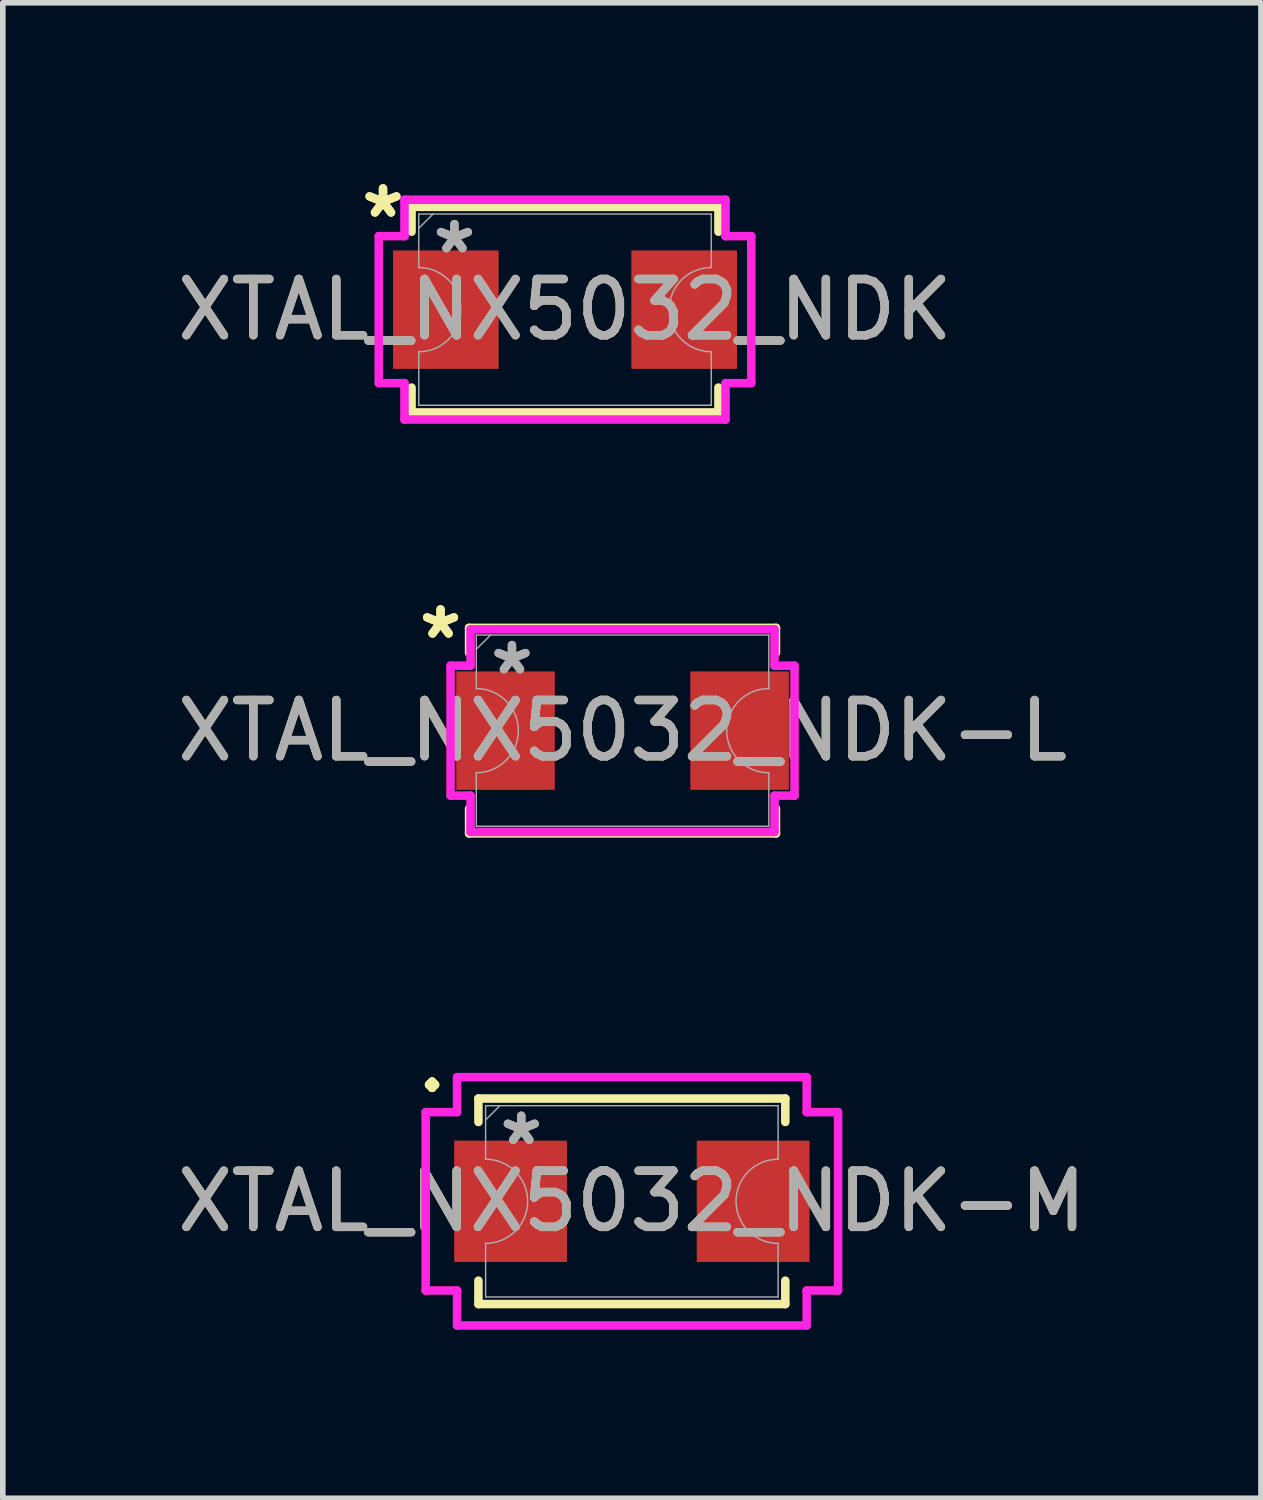
<source format=kicad_pcb>
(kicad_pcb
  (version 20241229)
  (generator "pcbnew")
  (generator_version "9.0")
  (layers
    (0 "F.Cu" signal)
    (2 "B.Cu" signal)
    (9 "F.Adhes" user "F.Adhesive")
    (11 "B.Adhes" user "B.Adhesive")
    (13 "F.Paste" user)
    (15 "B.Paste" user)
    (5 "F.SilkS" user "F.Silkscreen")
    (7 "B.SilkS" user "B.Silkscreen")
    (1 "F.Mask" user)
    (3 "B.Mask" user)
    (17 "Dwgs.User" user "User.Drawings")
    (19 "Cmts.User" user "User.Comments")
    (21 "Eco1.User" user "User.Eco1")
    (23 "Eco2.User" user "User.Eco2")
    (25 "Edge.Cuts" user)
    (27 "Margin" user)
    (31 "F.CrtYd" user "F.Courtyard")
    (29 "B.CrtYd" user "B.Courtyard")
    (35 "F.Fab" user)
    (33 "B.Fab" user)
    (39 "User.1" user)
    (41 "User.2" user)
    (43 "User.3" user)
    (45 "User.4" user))
  (footprint "XTAL_NX5032_NDK-L"
    (layer "F.Cu")
    (at 8.03 9.954)
    (property "Reference" "XTAL_NX5032_NDK-L" (at 0 0 0) (unlocked yes) (layer "F.SilkS") (effects (font (size 1 1) (thickness 0.15))))
    (attr smd)
    (fp_line (start -2.731 -1.829) (end 2.731 -1.829) (stroke (width 0.152) (type solid)) (layer "F.SilkS"))
    (fp_line (start -2.731 -1.387) (end -2.731 -1.829) (stroke (width 0.152) (type solid)) (layer "F.SilkS"))
    (fp_line (start -2.731 1.387) (end -2.731 1.829) (stroke (width 0.152) (type solid)) (layer "F.SilkS"))
    (fp_line (start -2.731 1.829) (end 2.731 1.829) (stroke (width 0.152) (type solid)) (layer "F.SilkS"))
    (fp_line (start 2.731 -1.387) (end 2.731 -1.829) (stroke (width 0.152) (type solid)) (layer "F.SilkS"))
    (fp_line (start 2.731 1.387) (end 2.731 1.829) (stroke (width 0.152) (type solid)) (layer "F.SilkS"))
    (fp_line (start -3.061 -1.156) (end -2.705 -1.156) (stroke (width 0.152) (type solid)) (layer "F.CrtYd"))
    (fp_line (start -3.061 1.156) (end -3.061 -1.156) (stroke (width 0.152) (type solid)) (layer "F.CrtYd"))
    (fp_line (start -3.061 1.156) (end -2.705 1.156) (stroke (width 0.152) (type solid)) (layer "F.CrtYd"))
    (fp_line (start -2.705 -1.803) (end 2.705 -1.803) (stroke (width 0.152) (type solid)) (layer "F.CrtYd"))
    (fp_line (start -2.705 -1.156) (end -2.705 -1.803) (stroke (width 0.152) (type solid)) (layer "F.CrtYd"))
    (fp_line (start -2.705 1.803) (end -2.705 1.156) (stroke (width 0.152) (type solid)) (layer "F.CrtYd"))
    (fp_line (start 2.705 -1.803) (end 2.705 -1.156) (stroke (width 0.152) (type solid)) (layer "F.CrtYd"))
    (fp_line (start 2.705 1.156) (end 2.705 1.803) (stroke (width 0.152) (type solid)) (layer "F.CrtYd"))
    (fp_line (start 2.705 1.803) (end -2.705 1.803) (stroke (width 0.152) (type solid)) (layer "F.CrtYd"))
    (fp_line (start 3.061 -1.156) (end 2.705 -1.156) (stroke (width 0.152) (type solid)) (layer "F.CrtYd"))
    (fp_line (start 3.061 -1.156) (end 3.061 1.156) (stroke (width 0.152) (type solid)) (layer "F.CrtYd"))
    (fp_line (start 3.061 1.156) (end 2.705 1.156) (stroke (width 0.152) (type solid)) (layer "F.CrtYd"))
    (fp_line (start -2.603 -1.702) (end 2.603 -1.702) (stroke (width 0.025) (type solid)) (layer "F.Fab"))
    (fp_line (start -2.603 -0.749) (end -2.603 -1.702) (stroke (width 0.025) (type solid)) (layer "F.Fab"))
    (fp_line (start -2.603 0.749) (end -2.603 1.702) (stroke (width 0.025) (type solid)) (layer "F.Fab"))
    (fp_line (start -2.603 1.702) (end 2.603 1.702) (stroke (width 0.025) (type solid)) (layer "F.Fab"))
    (fp_line (start -2.349 -1.702) (end -2.603 -1.448) (stroke (width 0.025) (type solid)) (layer "F.Fab"))
    (fp_line (start 2.603 -0.749) (end 2.603 -1.702) (stroke (width 0.025) (type solid)) (layer "F.Fab"))
    (fp_line (start 2.603 0.749) (end 2.603 1.702) (stroke (width 0.025) (type solid)) (layer "F.Fab"))
    (fp_arc (start -2.6035 -0.7493) (mid -1.8542 0) (end -2.6035 0.7493) (stroke (width 0.0254) (type solid)) (layer "F.Fab"))
    (fp_arc (start 2.6035 0.7493) (mid 1.8542 0) (end 2.6035 -0.7493) (stroke (width 0.0254) (type solid)) (layer "F.Fab"))
    (fp_text user "*" (at -3.239 -1.613 0) (unlocked yes) (layer "F.SilkS") (effects (font (size 1 1) (thickness 0.15))))
    (fp_text user "*" (at -3.239 -1.613 0) (layer "F.SilkS") (effects (font (size 1 1) (thickness 0.15))))
    (fp_text user "*" (at -1.968 -0.978 0) (unlocked yes) (layer "F.Fab") (effects (font (size 1 1) (thickness 0.15))))
    (fp_text user "*" (at -1.968 -0.978 0) (layer "F.Fab") (effects (font (size 1 1) (thickness 0.15))))
    (fp_text user "${REFERENCE}" (at 0 0 0) (unlocked yes) (layer "F.Fab") (effects (font (size 1 1) (thickness 0.15))))
    (pad "1" smd rect (at -2.083 0) (size 1.753 2.108) (layers "F.Cu" "F.Mask" "F.Paste"))
    (pad "2" smd rect (at 2.083 0) (size 1.753 2.108) (layers "F.Cu" "F.Mask" "F.Paste")))
  (footprint "XTAL_NX5032_NDK"
    (layer "F.Cu")
    (at 7.006 2.461)
    (property "Reference" "XTAL_NX5032_NDK" (at 0 0 0) (unlocked yes) (layer "F.SilkS") (effects (font (size 1 1) (thickness 0.15))))
    (attr smd)
    (fp_line (start -2.731 -1.829) (end 2.731 -1.829) (stroke (width 0.152) (type solid)) (layer "F.SilkS"))
    (fp_line (start -2.731 -1.387) (end -2.731 -1.829) (stroke (width 0.152) (type solid)) (layer "F.SilkS"))
    (fp_line (start -2.731 1.387) (end -2.731 1.829) (stroke (width 0.152) (type solid)) (layer "F.SilkS"))
    (fp_line (start -2.731 1.829) (end 2.731 1.829) (stroke (width 0.152) (type solid)) (layer "F.SilkS"))
    (fp_line (start 2.731 -1.387) (end 2.731 -1.829) (stroke (width 0.152) (type solid)) (layer "F.SilkS"))
    (fp_line (start 2.731 1.387) (end 2.731 1.829) (stroke (width 0.152) (type solid)) (layer "F.SilkS"))
    (fp_line (start -3.315 -1.308) (end -2.857 -1.308) (stroke (width 0.152) (type solid)) (layer "F.CrtYd"))
    (fp_line (start -3.315 1.308) (end -3.315 -1.308) (stroke (width 0.152) (type solid)) (layer "F.CrtYd"))
    (fp_line (start -3.315 1.308) (end -2.857 1.308) (stroke (width 0.152) (type solid)) (layer "F.CrtYd"))
    (fp_line (start -2.857 -1.956) (end 2.857 -1.956) (stroke (width 0.152) (type solid)) (layer "F.CrtYd"))
    (fp_line (start -2.857 -1.308) (end -2.857 -1.956) (stroke (width 0.152) (type solid)) (layer "F.CrtYd"))
    (fp_line (start -2.857 1.956) (end -2.857 1.308) (stroke (width 0.152) (type solid)) (layer "F.CrtYd"))
    (fp_line (start 2.857 -1.956) (end 2.857 -1.308) (stroke (width 0.152) (type solid)) (layer "F.CrtYd"))
    (fp_line (start 2.857 1.308) (end 2.857 1.956) (stroke (width 0.152) (type solid)) (layer "F.CrtYd"))
    (fp_line (start 2.857 1.956) (end -2.857 1.956) (stroke (width 0.152) (type solid)) (layer "F.CrtYd"))
    (fp_line (start 3.315 -1.308) (end 2.857 -1.308) (stroke (width 0.152) (type solid)) (layer "F.CrtYd"))
    (fp_line (start 3.315 -1.308) (end 3.315 1.308) (stroke (width 0.152) (type solid)) (layer "F.CrtYd"))
    (fp_line (start 3.315 1.308) (end 2.857 1.308) (stroke (width 0.152) (type solid)) (layer "F.CrtYd"))
    (fp_line (start -2.603 -1.702) (end 2.603 -1.702) (stroke (width 0.025) (type solid)) (layer "F.Fab"))
    (fp_line (start -2.603 -0.749) (end -2.603 -1.702) (stroke (width 0.025) (type solid)) (layer "F.Fab"))
    (fp_line (start -2.603 0.749) (end -2.603 1.702) (stroke (width 0.025) (type solid)) (layer "F.Fab"))
    (fp_line (start -2.603 1.702) (end 2.603 1.702) (stroke (width 0.025) (type solid)) (layer "F.Fab"))
    (fp_line (start -2.349 -1.702) (end -2.603 -1.448) (stroke (width 0.025) (type solid)) (layer "F.Fab"))
    (fp_line (start 2.603 -0.749) (end 2.603 -1.702) (stroke (width 0.025) (type solid)) (layer "F.Fab"))
    (fp_line (start 2.603 0.749) (end 2.603 1.702) (stroke (width 0.025) (type solid)) (layer "F.Fab"))
    (fp_arc (start -2.6035 -0.7493) (mid -1.8542 0) (end -2.6035 0.7493) (stroke (width 0.0254) (type solid)) (layer "F.Fab"))
    (fp_arc (start 2.6035 0.7493) (mid 1.8542 0) (end 2.6035 -0.7493) (stroke (width 0.0254) (type solid)) (layer "F.Fab"))
    (fp_text user "*" (at -3.239 -1.613 0) (layer "F.SilkS") (effects (font (size 1 1) (thickness 0.15))))
    (fp_text user "*" (at -3.239 -1.613 0) (unlocked yes) (layer "F.SilkS") (effects (font (size 1 1) (thickness 0.15))))
    (fp_text user "*" (at -1.968 -0.978 0) (unlocked yes) (layer "F.Fab") (effects (font (size 1 1) (thickness 0.15))))
    (fp_text user "${REFERENCE}" (at 0 0 0) (unlocked yes) (layer "F.Fab") (effects (font (size 1 1) (thickness 0.15))))
    (fp_text user "*" (at -1.968 -0.978 0) (layer "F.Fab") (effects (font (size 1 1) (thickness 0.15))))
    (pad "1" smd rect (at -2.121 0) (size 1.88 2.108) (layers "F.Cu" "F.Mask" "F.Paste"))
    (pad "2" smd rect (at 2.121 0) (size 1.88 2.108) (layers "F.Cu" "F.Mask" "F.Paste")))
  (footprint "XTAL_NX5032_NDK-M"
    (layer "F.Cu")
    (at 8.196 18.331)
    (property "Reference" "XTAL_NX5032_NDK-M" (at 0 0 0) (unlocked yes) (layer "F.SilkS") (effects (font (size 1 1) (thickness 0.15))))
    (attr smd)
    (fp_line (start -2.731 -1.829) (end 2.731 -1.829) (stroke (width 0.152) (type solid)) (layer "F.SilkS"))
    (fp_line (start -2.731 -1.412) (end -2.731 -1.829) (stroke (width 0.152) (type solid)) (layer "F.SilkS"))
    (fp_line (start -2.731 1.412) (end -2.731 1.829) (stroke (width 0.152) (type solid)) (layer "F.SilkS"))
    (fp_line (start -2.731 1.829) (end 2.731 1.829) (stroke (width 0.152) (type solid)) (layer "F.SilkS"))
    (fp_line (start 2.731 -1.412) (end 2.731 -1.829) (stroke (width 0.152) (type solid)) (layer "F.SilkS"))
    (fp_line (start 2.731 1.412) (end 2.731 1.829) (stroke (width 0.152) (type solid)) (layer "F.SilkS"))
    (fp_line (start -3.67 -1.587) (end -3.111 -1.587) (stroke (width 0.152) (type solid)) (layer "F.CrtYd"))
    (fp_line (start -3.67 1.587) (end -3.67 -1.587) (stroke (width 0.152) (type solid)) (layer "F.CrtYd"))
    (fp_line (start -3.67 1.587) (end -3.111 1.587) (stroke (width 0.152) (type solid)) (layer "F.CrtYd"))
    (fp_line (start -3.111 -2.21) (end 3.111 -2.21) (stroke (width 0.152) (type solid)) (layer "F.CrtYd"))
    (fp_line (start -3.111 -1.587) (end -3.111 -2.21) (stroke (width 0.152) (type solid)) (layer "F.CrtYd"))
    (fp_line (start -3.111 2.21) (end -3.111 1.587) (stroke (width 0.152) (type solid)) (layer "F.CrtYd"))
    (fp_line (start 3.111 -2.21) (end 3.111 -1.587) (stroke (width 0.152) (type solid)) (layer "F.CrtYd"))
    (fp_line (start 3.111 1.587) (end 3.111 2.21) (stroke (width 0.152) (type solid)) (layer "F.CrtYd"))
    (fp_line (start 3.111 2.21) (end -3.111 2.21) (stroke (width 0.152) (type solid)) (layer "F.CrtYd"))
    (fp_line (start 3.67 -1.587) (end 3.111 -1.587) (stroke (width 0.152) (type solid)) (layer "F.CrtYd"))
    (fp_line (start 3.67 -1.587) (end 3.67 1.587) (stroke (width 0.152) (type solid)) (layer "F.CrtYd"))
    (fp_line (start 3.67 1.587) (end 3.111 1.587) (stroke (width 0.152) (type solid)) (layer "F.CrtYd"))
    (fp_line (start -2.603 -1.702) (end 2.603 -1.702) (stroke (width 0.025) (type solid)) (layer "F.Fab"))
    (fp_line (start -2.603 -0.749) (end -2.603 -1.702) (stroke (width 0.025) (type solid)) (layer "F.Fab"))
    (fp_line (start -2.603 0.749) (end -2.603 1.702) (stroke (width 0.025) (type solid)) (layer "F.Fab"))
    (fp_line (start -2.603 1.702) (end 2.603 1.702) (stroke (width 0.025) (type solid)) (layer "F.Fab"))
    (fp_line (start -2.349 -1.702) (end -2.603 -1.448) (stroke (width 0.025) (type solid)) (layer "F.Fab"))
    (fp_line (start 2.603 -0.749) (end 2.603 -1.702) (stroke (width 0.025) (type solid)) (layer "F.Fab"))
    (fp_line (start 2.603 0.749) (end 2.603 1.702) (stroke (width 0.025) (type solid)) (layer "F.Fab"))
    (fp_arc (start -2.6035 -0.7493) (mid -1.8542 0) (end -2.6035 0.7493) (stroke (width 0.0254) (type solid)) (layer "F.Fab"))
    (fp_arc (start 2.6035 0.7493) (mid 1.8542 0) (end 2.6035 -0.7493) (stroke (width 0.0254) (type solid)) (layer "F.Fab"))
    (fp_text user "." (at -3.556 -2.489 0) (unlocked yes) (layer "F.SilkS") (effects (font (size 1 1) (thickness 0.15))))
    (fp_text user "." (at -3.556 -2.54 0) (layer "F.SilkS") (effects (font (size 1.143 1.143) (thickness 0.15))))
    (fp_text user "*" (at -1.968 -0.978 0) (unlocked yes) (layer "F.Fab") (effects (font (size 1 1) (thickness 0.15))))
    (fp_text user "*" (at -1.968 -0.978 0) (layer "F.Fab") (effects (font (size 1 1) (thickness 0.15))))
    (fp_text user "${REFERENCE}" (at 0 0 0) (unlocked yes) (layer "F.Fab") (effects (font (size 1 1) (thickness 0.15))))
    (pad "1" smd rect (at -2.159 0) (size 2.007 2.159) (layers "F.Cu" "F.Mask" "F.Paste"))
    (pad "2" smd rect (at 2.159 0) (size 2.007 2.159) (layers "F.Cu" "F.Mask" "F.Paste")))
  (gr_rect
    (start -3 -3)
    (end 19.393 23.617)
    (stroke (width 0.1) (type default))
    (fill no)
    (layer "Edge.Cuts")))
</source>
